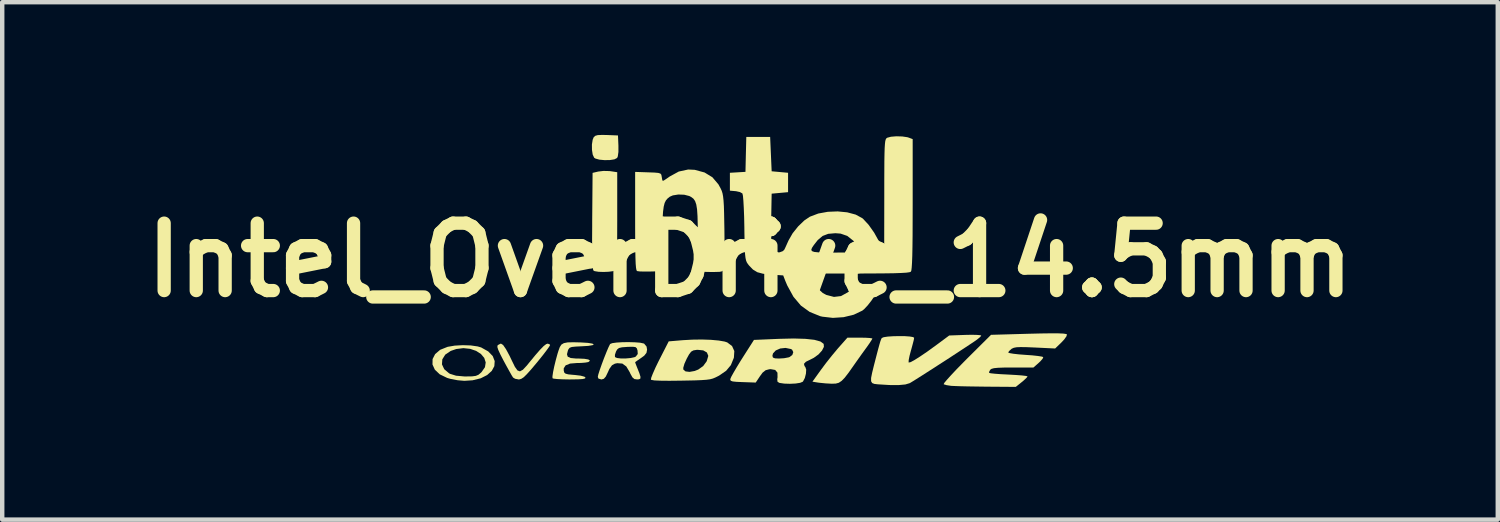
<source format=kicad_pcb>
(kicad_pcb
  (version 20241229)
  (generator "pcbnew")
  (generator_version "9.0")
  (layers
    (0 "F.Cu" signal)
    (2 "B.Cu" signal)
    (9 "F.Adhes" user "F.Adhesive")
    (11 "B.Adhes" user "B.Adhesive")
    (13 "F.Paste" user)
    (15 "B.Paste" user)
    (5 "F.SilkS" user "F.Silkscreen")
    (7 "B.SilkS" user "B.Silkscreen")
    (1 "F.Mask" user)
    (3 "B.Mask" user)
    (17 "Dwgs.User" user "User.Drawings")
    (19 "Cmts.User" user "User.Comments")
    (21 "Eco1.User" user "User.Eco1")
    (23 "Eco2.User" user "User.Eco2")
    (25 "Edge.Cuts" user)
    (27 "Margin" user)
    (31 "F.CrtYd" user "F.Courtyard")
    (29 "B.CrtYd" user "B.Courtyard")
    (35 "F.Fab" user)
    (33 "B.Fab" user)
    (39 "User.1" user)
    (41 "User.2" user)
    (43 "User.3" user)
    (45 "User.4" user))
  (footprint "Intel_OverDrive_14.5mm"
    (layer "F.Cu")
    (at 13.905 2.829)
    (property "Reference" "Intel_OverDrive_14.5mm" (at 0 0 0) (layer "F.SilkS") (effects (font (size 1.524 1.524) (thickness 0.3))))
    (attr board_only exclude_from_pos_files exclude_from_bom)
    (fp_poly (pts (xy -3.238 -2.827) (xy -2.985 -2.817) (xy -2.975 -2.586) (xy -2.975 -2.444) (xy -2.989 -2.344) (xy -3.005 -2.308) (xy -3.065 -2.277) (xy -3.167 -2.261) (xy -3.289 -2.259) (xy -3.406 -2.27) (xy -3.495 -2.295) (xy -3.523 -2.313) (xy -3.556 -2.383) (xy -3.573 -2.491) (xy -3.574 -2.613) (xy -3.557 -2.721) (xy -3.533 -2.778) (xy -3.498 -2.809) (xy -3.441 -2.825) (xy -3.344 -2.829)) (stroke (width 0) (type solid)) (fill yes) (layer "F.SilkS"))
    (fp_poly (pts (xy -3.181 -2.012) (xy -3.153 -2.009) (xy -3.002 -1.986) (xy -3.002 -0.899) (xy -3.003 -0.573) (xy -3.005 -0.309) (xy -3.009 -0.104) (xy -3.015 0.048) (xy -3.024 0.152) (xy -3.034 0.211) (xy -3.043 0.229) (xy -3.097 0.251) (xy -3.195 0.264) (xy -3.312 0.269) (xy -3.425 0.265) (xy -3.51 0.251) (xy -3.534 0.242) (xy -3.546 0.22) (xy -3.556 0.166) (xy -3.562 0.077) (xy -3.567 -0.056) (xy -3.569 -0.236) (xy -3.57 -0.471) (xy -3.568 -0.765) (xy -3.568 -0.878) (xy -3.559 -1.971) (xy -3.431 -2.001) (xy -3.313 -2.015)) (stroke (width 0) (type solid)) (fill yes) (layer "F.SilkS"))
    (fp_poly (pts (xy 2.613 1.756) (xy 2.71 1.762) (xy 2.762 1.771) (xy 2.766 1.775) (xy 2.747 1.81) (xy 2.699 1.884) (xy 2.63 1.982) (xy 2.623 1.991) (xy 2.523 2.129) (xy 2.415 2.281) (xy 2.344 2.382) (xy 2.23 2.544) (xy 2.142 2.658) (xy 2.071 2.731) (xy 2.007 2.774) (xy 1.939 2.792) (xy 1.858 2.795) (xy 1.843 2.795) (xy 1.711 2.788) (xy 1.582 2.775) (xy 1.54 2.77) (xy 1.411 2.749) (xy 1.605 2.479) (xy 1.719 2.326) (xy 1.85 2.161) (xy 1.973 2.013) (xy 2 1.982) (xy 2.202 1.754) (xy 2.484 1.754)) (stroke (width 0) (type solid)) (fill yes) (layer "F.SilkS"))
    (fp_poly (pts (xy -4.527 1.907) (xy -4.52 1.923) (xy -4.541 1.96) (xy -4.597 2.038) (xy -4.681 2.148) (xy -4.786 2.278) (xy -4.827 2.328) (xy -4.954 2.479) (xy -5.048 2.583) (xy -5.117 2.65) (xy -5.171 2.685) (xy -5.216 2.698) (xy -5.228 2.699) (xy -5.309 2.684) (xy -5.356 2.656) (xy -5.385 2.611) (xy -5.437 2.519) (xy -5.505 2.396) (xy -5.567 2.282) (xy -5.645 2.131) (xy -5.692 2.029) (xy -5.712 1.965) (xy -5.707 1.93) (xy -5.697 1.92) (xy -5.645 1.893) (xy -5.63 1.889) (xy -5.582 1.92) (xy -5.517 2.014) (xy -5.435 2.166) (xy -5.385 2.271) (xy -5.315 2.414) (xy -5.257 2.495) (xy -5.201 2.516) (xy -5.134 2.479) (xy -5.046 2.385) (xy -4.999 2.327) (xy -4.855 2.152) (xy -4.746 2.027) (xy -4.666 1.945) (xy -4.609 1.901) (xy -4.573 1.889)) (stroke (width 0) (type solid)) (fill yes) (layer "F.SilkS"))
    (fp_poly (pts (xy -6.313 1.93) (xy -6.158 1.952) (xy -6.079 1.975) (xy -5.918 2.065) (xy -5.816 2.171) (xy -5.772 2.284) (xy -5.78 2.398) (xy -5.838 2.505) (xy -5.942 2.599) (xy -6.088 2.673) (xy -6.273 2.718) (xy -6.457 2.73) (xy -6.61 2.717) (xy -6.771 2.686) (xy -6.847 2.664) (xy -7.014 2.583) (xy -7.125 2.478) (xy -7.179 2.359) (xy -7.178 2.358) (xy -6.964 2.358) (xy -6.913 2.467) (xy -6.803 2.56) (xy -6.78 2.572) (xy -6.646 2.614) (xy -6.457 2.631) (xy -6.415 2.631) (xy -6.283 2.629) (xy -6.199 2.618) (xy -6.139 2.593) (xy -6.084 2.547) (xy -6.069 2.532) (xy -5.992 2.422) (xy -5.975 2.314) (xy -6.008 2.212) (xy -6.083 2.123) (xy -6.192 2.053) (xy -6.327 2.007) (xy -6.48 1.991) (xy -6.641 2.011) (xy -6.766 2.054) (xy -6.89 2.138) (xy -6.956 2.244) (xy -6.964 2.358) (xy -7.178 2.358) (xy -7.176 2.238) (xy -7.118 2.125) (xy -7.005 2.029) (xy -6.835 1.961) (xy -6.834 1.961) (xy -6.675 1.934) (xy -6.493 1.924)) (stroke (width 0) (type solid)) (fill yes) (layer "F.SilkS"))
    (fp_poly (pts (xy -0.884 1.803) (xy -0.708 1.819) (xy -0.575 1.842) (xy -0.516 1.861) (xy -0.406 1.944) (xy -0.355 2.057) (xy -0.364 2.2) (xy -0.367 2.213) (xy -0.433 2.375) (xy -0.54 2.503) (xy -0.699 2.612) (xy -0.72 2.623) (xy -0.782 2.654) (xy -0.84 2.678) (xy -0.905 2.695) (xy -0.987 2.706) (xy -1.099 2.714) (xy -1.251 2.72) (xy -1.455 2.724) (xy -1.556 2.726) (xy -1.823 2.729) (xy -2.024 2.727) (xy -2.161 2.721) (xy -2.231 2.709) (xy -2.24 2.703) (xy -2.234 2.662) (xy -2.2 2.573) (xy -2.145 2.448) (xy -2.139 2.434) (xy -1.509 2.434) (xy -1.508 2.474) (xy -1.458 2.517) (xy -1.367 2.528) (xy -1.251 2.507) (xy -1.17 2.475) (xy -1.059 2.396) (xy -0.979 2.287) (xy -0.945 2.172) (xy -0.944 2.163) (xy -0.975 2.089) (xy -1.057 2.042) (xy -1.181 2.029) (xy -1.207 2.03) (xy -1.28 2.042) (xy -1.331 2.071) (xy -1.379 2.134) (xy -1.431 2.229) (xy -1.483 2.344) (xy -1.509 2.434) (xy -2.139 2.434) (xy -2.074 2.3) (xy -2.05 2.253) (xy -1.838 1.838) (xy -1.518 1.811) (xy -1.303 1.799) (xy -1.087 1.796)) (stroke (width 0) (type solid)) (fill yes) (layer "F.SilkS"))
    (fp_poly (pts (xy -3.829 1.862) (xy -3.666 1.872) (xy -3.566 1.888) (xy -3.531 1.906) (xy -3.56 1.924) (xy -3.655 1.94) (xy -3.805 1.949) (xy -3.943 1.956) (xy -4.029 1.965) (xy -4.077 1.983) (xy -4.103 2.014) (xy -4.116 2.042) (xy -4.138 2.129) (xy -4.121 2.184) (xy -4.055 2.214) (xy -3.934 2.226) (xy -3.878 2.226) (xy -3.744 2.232) (xy -3.656 2.247) (xy -3.619 2.27) (xy -3.64 2.297) (xy -3.663 2.307) (xy -3.725 2.318) (xy -3.828 2.326) (xy -3.909 2.327) (xy -4.068 2.34) (xy -4.168 2.38) (xy -4.211 2.447) (xy -4.211 2.498) (xy -4.2 2.542) (xy -4.17 2.568) (xy -4.108 2.584) (xy -3.996 2.595) (xy -3.966 2.597) (xy -3.831 2.613) (xy -3.745 2.636) (xy -3.719 2.656) (xy -3.729 2.676) (xy -3.781 2.689) (xy -3.882 2.696) (xy -4.041 2.698) (xy -4.077 2.699) (xy -4.228 2.696) (xy -4.353 2.69) (xy -4.437 2.681) (xy -4.465 2.672) (xy -4.466 2.626) (xy -4.452 2.532) (xy -4.426 2.405) (xy -4.391 2.262) (xy -4.352 2.119) (xy -4.33 2.049) (xy -4.3 1.967) (xy -4.264 1.911) (xy -4.209 1.878) (xy -4.123 1.861) (xy -3.993 1.858)) (stroke (width 0) (type solid)) (fill yes) (layer "F.SilkS"))
    (fp_poly (pts (xy 5.131 1.692) (xy 5.207 1.699) (xy 5.228 1.708) (xy 5.201 1.741) (xy 5.134 1.796) (xy 5.067 1.843) (xy 4.877 1.969) (xy 4.673 2.103) (xy 4.465 2.239) (xy 4.26 2.371) (xy 4.069 2.494) (xy 3.899 2.603) (xy 3.76 2.691) (xy 3.66 2.753) (xy 3.609 2.783) (xy 3.512 2.812) (xy 3.362 2.826) (xy 3.154 2.825) (xy 2.892 2.809) (xy 2.812 2.8) (xy 2.761 2.78) (xy 2.737 2.739) (xy 2.737 2.665) (xy 2.76 2.549) (xy 2.802 2.378) (xy 2.856 2.169) (xy 2.896 2.016) (xy 2.925 1.91) (xy 2.946 1.839) (xy 2.962 1.795) (xy 2.975 1.768) (xy 2.979 1.762) (xy 3.021 1.744) (xy 3.111 1.73) (xy 3.232 1.722) (xy 3.366 1.719) (xy 3.498 1.72) (xy 3.61 1.728) (xy 3.686 1.741) (xy 3.71 1.757) (xy 3.702 1.805) (xy 3.678 1.899) (xy 3.645 2.021) (xy 3.638 2.044) (xy 3.606 2.165) (xy 3.587 2.261) (xy 3.585 2.312) (xy 3.587 2.316) (xy 3.626 2.309) (xy 3.713 2.263) (xy 3.843 2.181) (xy 4.012 2.066) (xy 4.213 1.92) (xy 4.25 1.893) (xy 4.503 1.705) (xy 4.866 1.692) (xy 5.013 1.689)) (stroke (width 0) (type solid)) (fill yes) (layer "F.SilkS"))
    (fp_poly (pts (xy 1.254 1.781) (xy 1.455 1.803) (xy 1.592 1.841) (xy 1.664 1.894) (xy 1.665 1.895) (xy 1.67 1.962) (xy 1.627 2.046) (xy 1.548 2.133) (xy 1.442 2.21) (xy 1.367 2.248) (xy 1.263 2.299) (xy 1.219 2.346) (xy 1.232 2.396) (xy 1.25 2.418) (xy 1.27 2.476) (xy 1.264 2.568) (xy 1.239 2.666) (xy 1.199 2.742) (xy 1.191 2.751) (xy 1.133 2.775) (xy 1.029 2.791) (xy 0.902 2.797) (xy 0.774 2.793) (xy 0.667 2.777) (xy 0.663 2.776) (xy 0.622 2.751) (xy 0.615 2.695) (xy 0.622 2.65) (xy 0.62 2.545) (xy 0.569 2.484) (xy 0.466 2.466) (xy 0.433 2.469) (xy 0.353 2.49) (xy 0.284 2.545) (xy 0.226 2.624) (xy 0.129 2.769) (xy -0.163 2.759) (xy -0.304 2.753) (xy -0.39 2.744) (xy -0.434 2.729) (xy -0.446 2.705) (xy -0.445 2.688) (xy -0.424 2.638) (xy -0.372 2.544) (xy -0.298 2.418) (xy -0.208 2.271) (xy -0.173 2.216) (xy -0.14 2.164) (xy 0.506 2.164) (xy 0.518 2.204) (xy 0.565 2.222) (xy 0.656 2.226) (xy 0.77 2.219) (xy 0.871 2.2) (xy 0.892 2.193) (xy 0.956 2.146) (xy 0.978 2.082) (xy 0.952 2.027) (xy 0.925 2.011) (xy 0.803 1.986) (xy 0.683 1.999) (xy 0.582 2.043) (xy 0.519 2.111) (xy 0.506 2.164) (xy -0.14 2.164) (xy 0.089 1.805) (xy 0.655 1.781) (xy 0.987 1.773)) (stroke (width 0) (type solid)) (fill yes) (layer "F.SilkS"))
    (fp_poly (pts (xy -2.605 1.859) (xy -2.486 1.868) (xy -2.406 1.885) (xy -2.393 1.89) (xy -2.339 1.955) (xy -2.327 2.025) (xy -2.341 2.098) (xy -2.392 2.162) (xy -2.462 2.213) (xy -2.541 2.267) (xy -2.59 2.303) (xy -2.597 2.311) (xy -2.586 2.344) (xy -2.558 2.416) (xy -2.551 2.433) (xy -2.5 2.561) (xy -2.476 2.64) (xy -2.48 2.681) (xy -2.512 2.696) (xy -2.553 2.698) (xy -2.613 2.69) (xy -2.658 2.652) (xy -2.703 2.572) (xy -2.722 2.531) (xy -2.797 2.405) (xy -2.886 2.34) (xy -3.001 2.331) (xy -3.055 2.342) (xy -3.121 2.379) (xy -3.179 2.46) (xy -3.211 2.531) (xy -3.26 2.633) (xy -3.305 2.684) (xy -3.358 2.699) (xy -3.361 2.699) (xy -3.427 2.679) (xy -3.441 2.64) (xy -3.429 2.584) (xy -3.397 2.484) (xy -3.352 2.356) (xy -3.3 2.217) (xy -3.27 2.142) (xy -3.054 2.142) (xy -3.053 2.193) (xy -3.006 2.214) (xy -2.916 2.225) (xy -2.805 2.224) (xy -2.695 2.214) (xy -2.609 2.195) (xy -2.582 2.181) (xy -2.538 2.124) (xy -2.543 2.044) (xy -2.559 1.995) (xy -2.588 1.968) (xy -2.646 1.96) (xy -2.751 1.962) (xy -2.775 1.963) (xy -2.893 1.972) (xy -2.962 1.988) (xy -3.002 2.02) (xy -3.029 2.066) (xy -3.054 2.142) (xy -3.27 2.142) (xy -3.247 2.084) (xy -3.201 1.975) (xy -3.167 1.906) (xy -3.161 1.897) (xy -3.114 1.878) (xy -3.017 1.865) (xy -2.888 1.857) (xy -2.745 1.855)) (stroke (width 0) (type solid)) (fill yes) (layer "F.SilkS"))
    (fp_poly (pts (xy 6.973 1.657) (xy 7.085 1.662) (xy 7.148 1.672) (xy 7.164 1.68) (xy 7.154 1.722) (xy 7.104 1.793) (xy 7.043 1.859) (xy 6.898 1.999) (xy 6.443 1.977) (xy 6.252 1.969) (xy 6.117 1.967) (xy 6.024 1.971) (xy 5.963 1.983) (xy 5.919 2.003) (xy 5.911 2.008) (xy 5.856 2.057) (xy 5.836 2.09) (xy 5.867 2.103) (xy 5.953 2.118) (xy 6.079 2.132) (xy 6.224 2.143) (xy 6.379 2.154) (xy 6.507 2.168) (xy 6.595 2.182) (xy 6.629 2.193) (xy 6.615 2.229) (xy 6.563 2.289) (xy 6.526 2.324) (xy 6.407 2.429) (xy 5.94 2.429) (xy 5.745 2.43) (xy 5.607 2.435) (xy 5.515 2.444) (xy 5.46 2.459) (xy 5.43 2.48) (xy 5.404 2.53) (xy 5.407 2.551) (xy 5.446 2.56) (xy 5.54 2.57) (xy 5.673 2.58) (xy 5.834 2.588) (xy 5.85 2.589) (xy 6.01 2.598) (xy 6.143 2.608) (xy 6.235 2.619) (xy 6.274 2.629) (xy 6.274 2.63) (xy 6.25 2.663) (xy 6.188 2.721) (xy 6.141 2.76) (xy 6.008 2.867) (xy 5.34 2.862) (xy 5.125 2.859) (xy 4.924 2.856) (xy 4.751 2.852) (xy 4.618 2.847) (xy 4.539 2.843) (xy 4.537 2.842) (xy 4.445 2.828) (xy 4.385 2.81) (xy 4.377 2.805) (xy 4.393 2.775) (xy 4.451 2.706) (xy 4.544 2.603) (xy 4.666 2.473) (xy 4.811 2.325) (xy 4.9 2.235) (xy 5.448 1.69) (xy 6.294 1.666) (xy 6.582 1.659) (xy 6.807 1.656)) (stroke (width 0) (type solid)) (fill yes) (layer "F.SilkS"))
    (fp_poly (pts (xy -1.251 -2.04) (xy -1.028 -1.98) (xy -0.851 -1.872) (xy -0.715 -1.712) (xy -0.664 -1.619) (xy -0.64 -1.566) (xy -0.622 -1.509) (xy -0.609 -1.439) (xy -0.599 -1.347) (xy -0.591 -1.222) (xy -0.586 -1.055) (xy -0.582 -0.836) (xy -0.579 -0.679) (xy -0.577 -0.451) (xy -0.576 -0.242) (xy -0.578 -0.062) (xy -0.581 0.077) (xy -0.585 0.166) (xy -0.588 0.189) (xy -0.603 0.23) (xy -0.631 0.254) (xy -0.687 0.266) (xy -0.788 0.269) (xy -0.874 0.27) (xy -1.014 0.267) (xy -1.101 0.257) (xy -1.146 0.237) (xy -1.16 0.216) (xy -1.166 0.168) (xy -1.172 0.063) (xy -1.176 -0.088) (xy -1.179 -0.273) (xy -1.181 -0.482) (xy -1.181 -0.529) (xy -1.182 -0.79) (xy -1.187 -0.992) (xy -1.197 -1.145) (xy -1.215 -1.256) (xy -1.242 -1.334) (xy -1.28 -1.388) (xy -1.331 -1.426) (xy -1.373 -1.448) (xy -1.487 -1.477) (xy -1.621 -1.482) (xy -1.745 -1.462) (xy -1.814 -1.432) (xy -1.863 -1.393) (xy -1.901 -1.349) (xy -1.93 -1.291) (xy -1.951 -1.209) (xy -1.966 -1.095) (xy -1.976 -0.94) (xy -1.984 -0.735) (xy -1.99 -0.489) (xy -2.007 0.253) (xy -2.26 0.259) (xy -2.388 0.26) (xy -2.492 0.257) (xy -2.552 0.249) (xy -2.555 0.248) (xy -2.567 0.228) (xy -2.577 0.175) (xy -2.585 0.083) (xy -2.59 -0.053) (xy -2.594 -0.238) (xy -2.596 -0.478) (xy -2.597 -0.778) (xy -2.597 -0.881) (xy -2.597 -1.993) (xy -2.302 -1.983) (xy -2.161 -1.978) (xy -2.073 -1.97) (xy -2.026 -1.955) (xy -2.005 -1.929) (xy -1.997 -1.886) (xy -1.996 -1.881) (xy -1.984 -1.813) (xy -1.971 -1.788) (xy -1.937 -1.806) (xy -1.868 -1.852) (xy -1.816 -1.889) (xy -1.611 -2.001) (xy -1.398 -2.047)) (stroke (width 0) (type solid)) (fill yes) (layer "F.SilkS"))
    (fp_poly (pts (xy 3.442 -2.794) (xy 3.558 -2.777) (xy 3.59 -2.767) (xy 3.677 -2.734) (xy 3.677 -1.256) (xy 3.676 -0.875) (xy 3.675 -0.557) (xy 3.672 -0.298) (xy 3.668 -0.094) (xy 3.662 0.06) (xy 3.655 0.168) (xy 3.647 0.234) (xy 3.636 0.263) (xy 3.636 0.263) (xy 3.604 0.275) (xy 3.532 0.285) (xy 3.414 0.292) (xy 3.246 0.298) (xy 3.024 0.301) (xy 2.742 0.303) (xy 2.506 0.304) (xy 1.417 0.304) (xy 1.417 0.379) (xy 1.448 0.511) (xy 1.529 0.639) (xy 1.645 0.745) (xy 1.725 0.788) (xy 1.898 0.833) (xy 2.057 0.814) (xy 2.209 0.73) (xy 2.258 0.69) (xy 2.327 0.63) (xy 2.388 0.596) (xy 2.461 0.579) (xy 2.568 0.574) (xy 2.644 0.573) (xy 2.777 0.576) (xy 2.856 0.584) (xy 2.893 0.602) (xy 2.901 0.627) (xy 2.88 0.697) (xy 2.825 0.798) (xy 2.748 0.912) (xy 2.663 1.021) (xy 2.582 1.108) (xy 2.539 1.143) (xy 2.346 1.235) (xy 2.116 1.291) (xy 1.873 1.307) (xy 1.637 1.28) (xy 1.585 1.268) (xy 1.35 1.173) (xy 1.15 1.029) (xy 0.982 0.83) (xy 0.841 0.573) (xy 0.797 0.469) (xy 0.75 0.347) (xy 0.471 0.328) (xy 0.294 0.309) (xy 0.166 0.275) (xy 0.067 0.215) (xy -0.022 0.123) (xy -0.049 0.088) (xy -0.072 0.053) (xy -0.089 0.011) (xy -0.102 -0.047) (xy -0.112 -0.131) (xy -0.118 -0.25) (xy -0.123 -0.414) (xy -0.127 -0.632) (xy -0.128 -0.735) (xy -0.133 -0.974) (xy -0.141 -1.178) (xy -0.15 -1.34) (xy -0.16 -1.452) (xy -0.172 -1.505) (xy -0.173 -1.506) (xy -0.228 -1.537) (xy -0.317 -1.557) (xy -0.331 -1.558) (xy -0.455 -1.569) (xy -0.455 -1.973) (xy -0.103 -1.994) (xy -0.094 -2.388) (xy -0.084 -2.783) (xy 0.455 -2.783) (xy 0.489 -2.007) (xy 0.675 -1.99) (xy 0.86 -1.973) (xy 0.86 -1.535) (xy 0.675 -1.518) (xy 0.489 -1.501) (xy 0.479 -0.944) (xy 0.476 -0.731) (xy 0.476 -0.573) (xy 0.481 -0.459) (xy 0.492 -0.378) (xy 0.508 -0.318) (xy 0.527 -0.277) (xy 0.58 -0.2) (xy 0.638 -0.174) (xy 0.669 -0.175) (xy 0.742 -0.202) (xy 0.773 -0.233) (xy 1.385 -0.233) (xy 1.399 -0.203) (xy 1.451 -0.184) (xy 1.547 -0.174) (xy 1.696 -0.17) (xy 1.905 -0.169) (xy 1.923 -0.169) (xy 2.158 -0.171) (xy 2.327 -0.178) (xy 2.428 -0.189) (xy 2.462 -0.204) (xy 2.462 -0.205) (xy 2.442 -0.274) (xy 2.393 -0.362) (xy 2.334 -0.438) (xy 2.198 -0.546) (xy 2.048 -0.598) (xy 1.929 -0.607) (xy 1.767 -0.593) (xy 1.641 -0.545) (xy 1.53 -0.451) (xy 1.44 -0.336) (xy 1.401 -0.277) (xy 1.385 -0.233) (xy 0.773 -0.233) (xy 0.776 -0.236) (xy 0.804 -0.295) (xy 0.846 -0.389) (xy 0.873 -0.448) (xy 0.963 -0.605) (xy 1.088 -0.761) (xy 1.227 -0.895) (xy 1.353 -0.98) (xy 1.543 -1.052) (xy 1.758 -1.091) (xy 1.982 -1.1) (xy 2.197 -1.079) (xy 2.388 -1.028) (xy 2.536 -0.948) (xy 2.555 -0.933) (xy 2.681 -0.797) (xy 2.806 -0.62) (xy 2.914 -0.426) (xy 2.971 -0.29) (xy 3.033 -0.118) (xy 3.035 -1.424) (xy 3.035 -1.755) (xy 3.036 -2.026) (xy 3.037 -2.241) (xy 3.04 -2.409) (xy 3.044 -2.535) (xy 3.05 -2.625) (xy 3.057 -2.686) (xy 3.067 -2.725) (xy 3.079 -2.748) (xy 3.095 -2.761) (xy 3.101 -2.765) (xy 3.186 -2.788) (xy 3.309 -2.798)) (stroke (width 0) (type solid)) (fill yes) (layer "F.SilkS")))
  (gr_rect
    (start -3 -3)
    (end 30.809 8.697)
    (stroke (width 0.1) (type default))
    (fill no)
    (layer "Edge.Cuts")))
</source>
